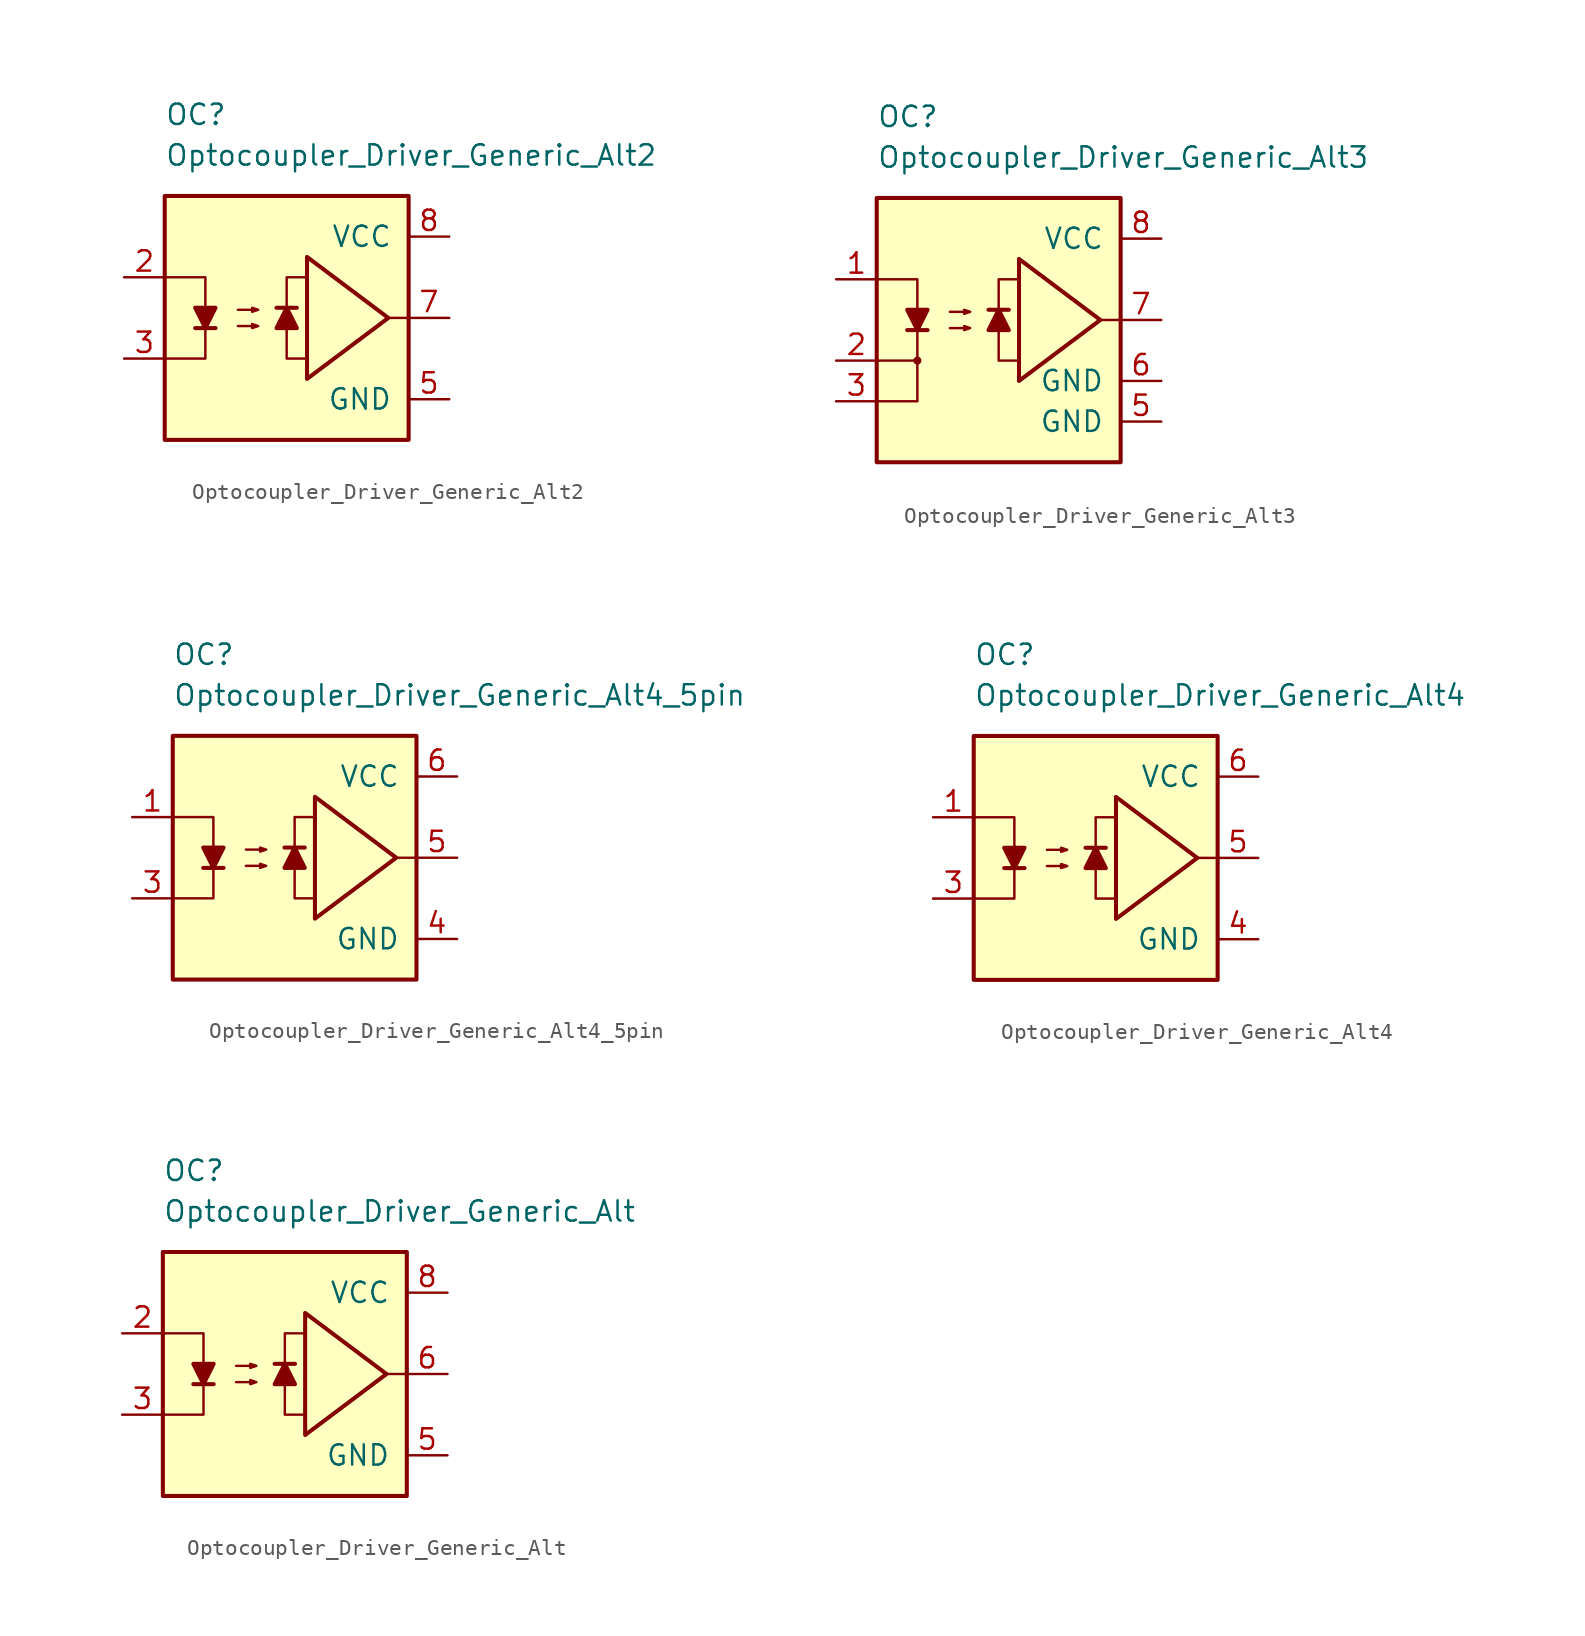
<source format=kicad_sym>
(kicad_symbol_lib
  (version 20231120)
  (generator "kicad_symbol_editor")
  (generator_version "8.0")
  (symbol "Optocoupler_Driver_Generic_Alt2"
    (pin_names
      (offset 1.016))
    (property "Reference" "OC"
      (at -7.62 12.7 0)
      (effects (font (size 1.27 1.27)) (justify left)))
    (property "Value" "Optocoupler_Driver_Generic_Alt2"
      (at -7.62 10.16 0)
      (effects (font (size 1.27 1.27)) (justify left)))
    (symbol "Optocoupler_Driver_Generic_Alt2_0_0"
      (rectangle (start -7.62 7.62) (end 7.62 -7.62) (stroke (width 0.254) (type default)) (fill (type background)))
      (polyline (pts (xy 7.62 0) (xy 6.35 0)) (stroke (width 0) (type default)) (fill (type none)))
      (polyline (pts (xy 1.27 -2.54) (xy 0 -2.54) (xy 0 2.54) (xy 1.27 2.54)) (stroke (width 0) (type default)) (fill (type none)))
      (polyline (pts (xy 6.35 0) (xy 1.27 3.81) (xy 1.27 -3.81) (xy 6.35 0)) (stroke (width 0.254) (type default)) (fill (type none))))
    (symbol "Optocoupler_Driver_Generic_Alt2_0_1"
      (polyline (pts (xy -5.715 -0.635) (xy -4.445 -0.635)) (stroke (width 0.254) (type default)) (fill (type none)))
      (polyline (pts (xy -7.62 2.54) (xy -5.08 2.54) (xy -5.08 -0.635)) (stroke (width 0) (type default)) (fill (type none)))
      (polyline (pts (xy -5.08 -0.635) (xy -5.08 -2.54) (xy -7.62 -2.54)) (stroke (width 0) (type default)) (fill (type none)))
      (polyline (pts (xy -5.08 -0.635) (xy -5.715 0.635) (xy -4.445 0.635) (xy -5.08 -0.635)) (stroke (width 0.254) (type default)) (fill (type outline)))
      (polyline (pts (xy -3.048 -0.508) (xy -1.778 -0.508) (xy -2.159 -0.635) (xy -2.159 -0.381) (xy -1.778 -0.508)) (stroke (width 0) (type default)) (fill (type none)))
      (polyline (pts (xy -3.048 0.508) (xy -1.778 0.508) (xy -2.159 0.381) (xy -2.159 0.635) (xy -1.778 0.508)) (stroke (width 0) (type default)) (fill (type none))))
    (symbol "Optocoupler_Driver_Generic_Alt2_1_1"
      (polyline (pts (xy 0.635 0.635) (xy -0.635 0.635)) (stroke (width 0.254) (type default)) (fill (type none)))
      (polyline (pts (xy 0 0.635) (xy 0.635 -0.635) (xy -0.635 -0.635) (xy 0 0.635)) (stroke (width 0.254) (type default)) (fill (type outline)))
      (pin free line (at -1.27 2.54 0) (length 2.54) hide (name "NC" (effects (font (size 1.27 1.27)))) (number "1" (effects (font (size 1.27 1.27)))))
      (pin passive line (at -10.16 2.54 0) (length 2.54) (name "~" (effects (font (size 1.27 1.27)))) (number "2" (effects (font (size 1.27 1.27)))))
      (pin passive line (at -10.16 -2.54 0) (length 2.54) (name "~" (effects (font (size 1.27 1.27)))) (number "3" (effects (font (size 1.27 1.27)))))
      (pin free line (at -1.27 0 0) (length 2.54) hide (name "NC" (effects (font (size 1.27 1.27)))) (number "4" (effects (font (size 1.27 1.27)))))
      (pin power_in line (at 10.16 -5.08 180) (length 2.54) (name "GND" (effects (font (size 1.27 1.27)))) (number "5" (effects (font (size 1.27 1.27)))))
      (pin free line (at -1.27 -2.54 0) (length 2.54) hide (name "NC" (effects (font (size 1.27 1.27)))) (number "6" (effects (font (size 1.27 1.27)))))
      (pin output line (at 10.16 0 180) (length 2.54) (name "~" (effects (font (size 1.27 1.27)))) (number "7" (effects (font (size 1.27 1.27)))))
      (pin power_in line (at 10.16 5.08 180) (length 2.54) (name "VCC" (effects (font (size 1.27 1.27)))) (number "8" (effects (font (size 1.27 1.27)))))))
  (symbol "Optocoupler_Driver_Generic_Alt3"
    (pin_names
      (offset 1.016))
    (property "Reference" "OC"
      (at -7.62 12.7 0)
      (effects (font (size 1.27 1.27)) (justify left)))
    (property "Value" "Optocoupler_Driver_Generic_Alt3"
      (at -7.62 10.16 0)
      (effects (font (size 1.27 1.27)) (justify left)))
    (symbol "Optocoupler_Driver_Generic_Alt3_0_0"
      (rectangle (start -7.62 7.62) (end 7.62 -8.89) (stroke (width 0.254) (type default)) (fill (type background)))
      (circle (center -5.08 -2.54) (radius 0.178) (stroke (width 0) (type default)) (fill (type outline)))
      (polyline (pts (xy 7.62 0) (xy 6.35 0)) (stroke (width 0) (type default)) (fill (type none)))
      (polyline (pts (xy -7.62 -5.08) (xy -5.08 -5.08) (xy -5.08 -2.54)) (stroke (width 0) (type default)) (fill (type none)))
      (polyline (pts (xy 1.27 -2.54) (xy 0 -2.54) (xy 0 2.54) (xy 1.27 2.54)) (stroke (width 0) (type default)) (fill (type none)))
      (polyline (pts (xy 6.35 0) (xy 1.27 3.81) (xy 1.27 -3.81) (xy 6.35 0)) (stroke (width 0.254) (type default)) (fill (type none))))
    (symbol "Optocoupler_Driver_Generic_Alt3_0_1"
      (polyline (pts (xy -5.715 -0.635) (xy -4.445 -0.635)) (stroke (width 0.254) (type default)) (fill (type none)))
      (polyline (pts (xy -7.62 2.54) (xy -5.08 2.54) (xy -5.08 -0.635)) (stroke (width 0) (type default)) (fill (type none)))
      (polyline (pts (xy -5.08 -0.635) (xy -5.08 -2.54) (xy -7.62 -2.54)) (stroke (width 0) (type default)) (fill (type none)))
      (polyline (pts (xy -5.08 -0.635) (xy -5.715 0.635) (xy -4.445 0.635) (xy -5.08 -0.635)) (stroke (width 0.254) (type default)) (fill (type outline)))
      (polyline (pts (xy -3.048 -0.508) (xy -1.778 -0.508) (xy -2.159 -0.635) (xy -2.159 -0.381) (xy -1.778 -0.508)) (stroke (width 0) (type default)) (fill (type none)))
      (polyline (pts (xy -3.048 0.508) (xy -1.778 0.508) (xy -2.159 0.381) (xy -2.159 0.635) (xy -1.778 0.508)) (stroke (width 0) (type default)) (fill (type none))))
    (symbol "Optocoupler_Driver_Generic_Alt3_1_1"
      (polyline (pts (xy 0.635 0.635) (xy -0.635 0.635)) (stroke (width 0.254) (type default)) (fill (type none)))
      (polyline (pts (xy 0 0.635) (xy 0.635 -0.635) (xy -0.635 -0.635) (xy 0 0.635)) (stroke (width 0.254) (type default)) (fill (type outline)))
      (pin passive line (at -10.16 2.54 0) (length 2.54) (name "~" (effects (font (size 1.27 1.27)))) (number "1" (effects (font (size 1.27 1.27)))))
      (pin passive line (at -10.16 -2.54 0) (length 2.54) (name "~" (effects (font (size 1.27 1.27)))) (number "2" (effects (font (size 1.27 1.27)))))
      (pin passive line (at -10.16 -5.08 0) (length 2.54) (name "~" (effects (font (size 1.27 1.27)))) (number "3" (effects (font (size 1.27 1.27)))))
      (pin free line (at 0 0 0) (length 2.54) hide (name "NC" (effects (font (size 1.27 1.27)))) (number "4" (effects (font (size 1.27 1.27)))))
      (pin power_in line (at 10.16 -6.35 180) (length 2.54) (name "GND" (effects (font (size 1.27 1.27)))) (number "5" (effects (font (size 1.27 1.27)))))
      (pin power_in line (at 10.16 -3.81 180) (length 2.54) (name "GND" (effects (font (size 1.27 1.27)))) (number "6" (effects (font (size 1.27 1.27)))))
      (pin output line (at 10.16 0 180) (length 2.54) (name "~" (effects (font (size 1.27 1.27)))) (number "7" (effects (font (size 1.27 1.27)))))
      (pin power_in line (at 10.16 5.08 180) (length 2.54) (name "VCC" (effects (font (size 1.27 1.27)))) (number "8" (effects (font (size 1.27 1.27)))))))
  (symbol "Optocoupler_Driver_Generic_Alt4_5pin"
    (pin_names
      (offset 1.016))
    (property "Reference" "OC"
      (at -7.62 12.7 0)
      (effects (font (size 1.27 1.27)) (justify left)))
    (property "Value" "Optocoupler_Driver_Generic_Alt4_5pin"
      (at -7.62 10.16 0)
      (effects (font (size 1.27 1.27)) (justify left)))
    (symbol "Optocoupler_Driver_Generic_Alt4_5pin_0_0"
      (rectangle (start -7.62 7.62) (end 7.62 -7.62) (stroke (width 0.254) (type default)) (fill (type background)))
      (polyline (pts (xy 7.62 0) (xy 6.35 0)) (stroke (width 0) (type default)) (fill (type none)))
      (polyline (pts (xy 1.27 -2.54) (xy 0 -2.54) (xy 0 2.54) (xy 1.27 2.54)) (stroke (width 0) (type default)) (fill (type none)))
      (polyline (pts (xy 6.35 0) (xy 1.27 3.81) (xy 1.27 -3.81) (xy 6.35 0)) (stroke (width 0.254) (type default)) (fill (type none))))
    (symbol "Optocoupler_Driver_Generic_Alt4_5pin_0_1"
      (polyline (pts (xy -5.715 -0.635) (xy -4.445 -0.635)) (stroke (width 0.254) (type default)) (fill (type none)))
      (polyline (pts (xy -7.62 2.54) (xy -5.08 2.54) (xy -5.08 -0.635)) (stroke (width 0) (type default)) (fill (type none)))
      (polyline (pts (xy -5.08 -0.635) (xy -5.08 -2.54) (xy -7.62 -2.54)) (stroke (width 0) (type default)) (fill (type none)))
      (polyline (pts (xy -5.08 -0.635) (xy -5.715 0.635) (xy -4.445 0.635) (xy -5.08 -0.635)) (stroke (width 0.254) (type default)) (fill (type outline)))
      (polyline (pts (xy -3.048 -0.508) (xy -1.778 -0.508) (xy -2.159 -0.635) (xy -2.159 -0.381) (xy -1.778 -0.508)) (stroke (width 0) (type default)) (fill (type none)))
      (polyline (pts (xy -3.048 0.508) (xy -1.778 0.508) (xy -2.159 0.381) (xy -2.159 0.635) (xy -1.778 0.508)) (stroke (width 0) (type default)) (fill (type none))))
    (symbol "Optocoupler_Driver_Generic_Alt4_5pin_1_1"
      (polyline (pts (xy 0.635 0.635) (xy -0.635 0.635)) (stroke (width 0.254) (type default)) (fill (type none)))
      (polyline (pts (xy 0 0.635) (xy 0.635 -0.635) (xy -0.635 -0.635) (xy 0 0.635)) (stroke (width 0.254) (type default)) (fill (type outline)))
      (pin passive line (at -10.16 2.54 0) (length 2.54) (name "~" (effects (font (size 1.27 1.27)))) (number "1" (effects (font (size 1.27 1.27)))))
      (pin passive line (at -10.16 -2.54 0) (length 2.54) (name "~" (effects (font (size 1.27 1.27)))) (number "3" (effects (font (size 1.27 1.27)))))
      (pin power_in line (at 10.16 -5.08 180) (length 2.54) (name "GND" (effects (font (size 1.27 1.27)))) (number "4" (effects (font (size 1.27 1.27)))))
      (pin output line (at 10.16 0 180) (length 2.54) (name "~" (effects (font (size 1.27 1.27)))) (number "5" (effects (font (size 1.27 1.27)))))
      (pin power_in line (at 10.16 5.08 180) (length 2.54) (name "VCC" (effects (font (size 1.27 1.27)))) (number "6" (effects (font (size 1.27 1.27)))))))
  (symbol "Optocoupler_Driver_Generic_Alt4"
    (pin_names
      (offset 1.016))
    (property "Reference" "OC"
      (at -7.62 12.7 0)
      (effects (font (size 1.27 1.27)) (justify left)))
    (property "Value" "Optocoupler_Driver_Generic_Alt4"
      (at -7.62 10.16 0)
      (effects (font (size 1.27 1.27)) (justify left)))
    (symbol "Optocoupler_Driver_Generic_Alt4_0_0"
      (rectangle (start -7.62 7.62) (end 7.62 -7.62) (stroke (width 0.254) (type default)) (fill (type background)))
      (polyline (pts (xy 7.62 0) (xy 6.35 0)) (stroke (width 0) (type default)) (fill (type none)))
      (polyline (pts (xy 1.27 -2.54) (xy 0 -2.54) (xy 0 2.54) (xy 1.27 2.54)) (stroke (width 0) (type default)) (fill (type none)))
      (polyline (pts (xy 6.35 0) (xy 1.27 3.81) (xy 1.27 -3.81) (xy 6.35 0)) (stroke (width 0.254) (type default)) (fill (type none))))
    (symbol "Optocoupler_Driver_Generic_Alt4_0_1"
      (polyline (pts (xy -5.715 -0.635) (xy -4.445 -0.635)) (stroke (width 0.254) (type default)) (fill (type none)))
      (polyline (pts (xy -7.62 2.54) (xy -5.08 2.54) (xy -5.08 -0.635)) (stroke (width 0) (type default)) (fill (type none)))
      (polyline (pts (xy -5.08 -0.635) (xy -5.08 -2.54) (xy -7.62 -2.54)) (stroke (width 0) (type default)) (fill (type none)))
      (polyline (pts (xy -5.08 -0.635) (xy -5.715 0.635) (xy -4.445 0.635) (xy -5.08 -0.635)) (stroke (width 0.254) (type default)) (fill (type outline)))
      (polyline (pts (xy -3.048 -0.508) (xy -1.778 -0.508) (xy -2.159 -0.635) (xy -2.159 -0.381) (xy -1.778 -0.508)) (stroke (width 0) (type default)) (fill (type none)))
      (polyline (pts (xy -3.048 0.508) (xy -1.778 0.508) (xy -2.159 0.381) (xy -2.159 0.635) (xy -1.778 0.508)) (stroke (width 0) (type default)) (fill (type none))))
    (symbol "Optocoupler_Driver_Generic_Alt4_1_1"
      (polyline (pts (xy 0.635 0.635) (xy -0.635 0.635)) (stroke (width 0.254) (type default)) (fill (type none)))
      (polyline (pts (xy 0 0.635) (xy 0.635 -0.635) (xy -0.635 -0.635) (xy 0 0.635)) (stroke (width 0.254) (type default)) (fill (type outline)))
      (pin passive line (at -10.16 2.54 0) (length 2.54) (name "~" (effects (font (size 1.27 1.27)))) (number "1" (effects (font (size 1.27 1.27)))))
      (pin free line (at 0 0 0) (length 2.54) hide (name "NC" (effects (font (size 1.27 1.27)))) (number "2" (effects (font (size 1.27 1.27)))))
      (pin passive line (at -10.16 -2.54 0) (length 2.54) (name "~" (effects (font (size 1.27 1.27)))) (number "3" (effects (font (size 1.27 1.27)))))
      (pin power_in line (at 10.16 -5.08 180) (length 2.54) (name "GND" (effects (font (size 1.27 1.27)))) (number "4" (effects (font (size 1.27 1.27)))))
      (pin output line (at 10.16 0 180) (length 2.54) (name "~" (effects (font (size 1.27 1.27)))) (number "5" (effects (font (size 1.27 1.27)))))
      (pin power_in line (at 10.16 5.08 180) (length 2.54) (name "VCC" (effects (font (size 1.27 1.27)))) (number "6" (effects (font (size 1.27 1.27)))))))
  (symbol "Optocoupler_Driver_Generic_Alt"
    (pin_names
      (offset 1.016))
    (property "Reference" "OC"
      (at -7.62 12.7 0)
      (effects (font (size 1.27 1.27)) (justify left)))
    (property "Value" "Optocoupler_Driver_Generic_Alt"
      (at -7.62 10.16 0)
      (effects (font (size 1.27 1.27)) (justify left)))
    (symbol "Optocoupler_Driver_Generic_Alt_0_0"
      (rectangle (start -7.62 7.62) (end 7.62 -7.62) (stroke (width 0.254) (type default)) (fill (type background)))
      (polyline (pts (xy 7.62 0) (xy 6.35 0)) (stroke (width 0) (type default)) (fill (type none)))
      (polyline (pts (xy 1.27 -2.54) (xy 0 -2.54) (xy 0 2.54) (xy 1.27 2.54)) (stroke (width 0) (type default)) (fill (type none)))
      (polyline (pts (xy 6.35 0) (xy 1.27 3.81) (xy 1.27 -3.81) (xy 6.35 0)) (stroke (width 0.254) (type default)) (fill (type none))))
    (symbol "Optocoupler_Driver_Generic_Alt_0_1"
      (polyline (pts (xy -5.715 -0.635) (xy -4.445 -0.635)) (stroke (width 0.254) (type default)) (fill (type none)))
      (polyline (pts (xy -7.62 2.54) (xy -5.08 2.54) (xy -5.08 -0.635)) (stroke (width 0) (type default)) (fill (type none)))
      (polyline (pts (xy -5.08 -0.635) (xy -5.08 -2.54) (xy -7.62 -2.54)) (stroke (width 0) (type default)) (fill (type none)))
      (polyline (pts (xy -5.08 -0.635) (xy -5.715 0.635) (xy -4.445 0.635) (xy -5.08 -0.635)) (stroke (width 0.254) (type default)) (fill (type outline)))
      (polyline (pts (xy -3.048 -0.508) (xy -1.778 -0.508) (xy -2.159 -0.635) (xy -2.159 -0.381) (xy -1.778 -0.508)) (stroke (width 0) (type default)) (fill (type none)))
      (polyline (pts (xy -3.048 0.508) (xy -1.778 0.508) (xy -2.159 0.381) (xy -2.159 0.635) (xy -1.778 0.508)) (stroke (width 0) (type default)) (fill (type none))))
    (symbol "Optocoupler_Driver_Generic_Alt_1_1"
      (polyline (pts (xy 0.635 0.635) (xy -0.635 0.635)) (stroke (width 0.254) (type default)) (fill (type none)))
      (polyline (pts (xy 0 0.635) (xy 0.635 -0.635) (xy -0.635 -0.635) (xy 0 0.635)) (stroke (width 0.254) (type default)) (fill (type outline)))
      (pin free line (at -2.54 2.54 0) (length 2.54) hide (name "NC" (effects (font (size 1.27 1.27)))) (number "1" (effects (font (size 1.27 1.27)))))
      (pin passive line (at -10.16 2.54 0) (length 2.54) (name "~" (effects (font (size 1.27 1.27)))) (number "2" (effects (font (size 1.27 1.27)))))
      (pin passive line (at -10.16 -2.54 0) (length 2.54) (name "~" (effects (font (size 1.27 1.27)))) (number "3" (effects (font (size 1.27 1.27)))))
      (pin free line (at -2.54 0 0) (length 2.54) hide (name "NC" (effects (font (size 1.27 1.27)))) (number "4" (effects (font (size 1.27 1.27)))))
      (pin power_in line (at 10.16 -5.08 180) (length 2.54) (name "GND" (effects (font (size 1.27 1.27)))) (number "5" (effects (font (size 1.27 1.27)))))
      (pin output line (at 10.16 0 180) (length 2.54) (name "~" (effects (font (size 1.27 1.27)))) (number "6" (effects (font (size 1.27 1.27)))))
      (pin free line (at -2.54 -2.54 0) (length 2.54) hide (name "NC" (effects (font (size 1.27 1.27)))) (number "7" (effects (font (size 1.27 1.27)))))
      (pin power_in line (at 10.16 5.08 180) (length 2.54) (name "VCC" (effects (font (size 1.27 1.27)))) (number "8" (effects (font (size 1.27 1.27))))))))
</source>
